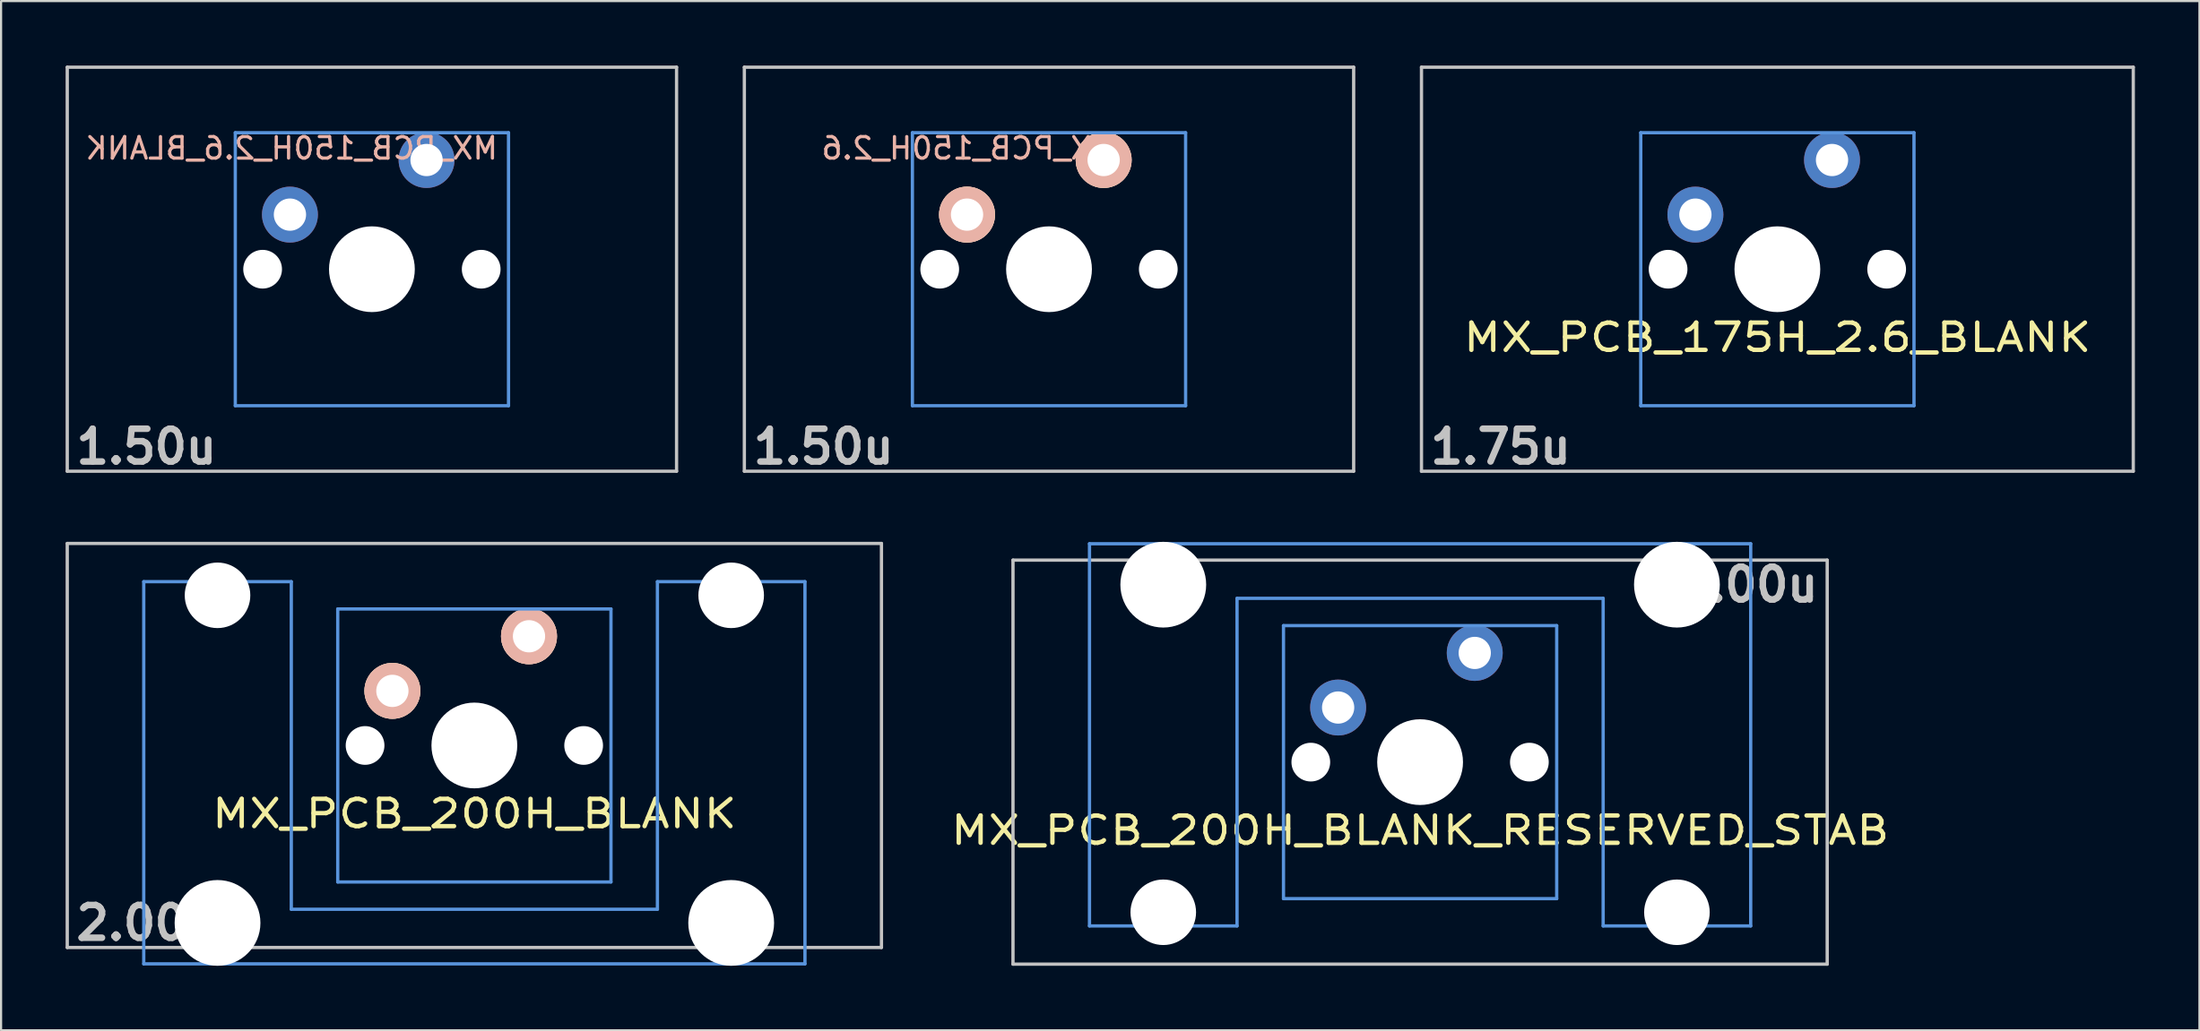
<source format=kicad_pcb>
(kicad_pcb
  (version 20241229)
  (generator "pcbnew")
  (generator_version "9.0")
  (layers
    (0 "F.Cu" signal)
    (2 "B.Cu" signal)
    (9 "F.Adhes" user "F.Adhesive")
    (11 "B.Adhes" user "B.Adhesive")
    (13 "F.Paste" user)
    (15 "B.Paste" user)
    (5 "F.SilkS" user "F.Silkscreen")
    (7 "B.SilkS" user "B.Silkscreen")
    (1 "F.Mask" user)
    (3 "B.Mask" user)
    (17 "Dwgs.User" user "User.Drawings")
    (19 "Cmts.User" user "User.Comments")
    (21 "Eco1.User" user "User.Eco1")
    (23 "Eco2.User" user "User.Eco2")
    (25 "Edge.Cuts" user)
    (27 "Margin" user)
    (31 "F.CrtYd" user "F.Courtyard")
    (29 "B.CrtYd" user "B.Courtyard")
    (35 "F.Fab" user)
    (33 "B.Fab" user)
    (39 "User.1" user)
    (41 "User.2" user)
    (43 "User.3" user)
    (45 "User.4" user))
  (footprint "MX_PCB_150H_2.6"
    (layer "F.Cu")
    (at 45.71 9.474)
    (property "Reference" "MX_PCB_150H_2.6" (at -3.731 -5.625 180) (layer "B.SilkS") (effects (font (size 1 1) (thickness 0.15)) (justify mirror)))
    (attr through_hole)
    (fp_line (start -14.161 -9.398) (end 14.161 -9.398) (stroke (width 0.152) (type solid)) (layer "Dwgs.User"))
    (fp_line (start -14.161 9.398) (end -14.161 -9.398) (stroke (width 0.152) (type solid)) (layer "Dwgs.User"))
    (fp_line (start 14.161 -9.398) (end 14.161 9.398) (stroke (width 0.152) (type solid)) (layer "Dwgs.User"))
    (fp_line (start 14.161 9.398) (end -14.161 9.398) (stroke (width 0.152) (type solid)) (layer "Dwgs.User"))
    (fp_line (start -6.35 -6.35) (end 6.35 -6.35) (stroke (width 0.152) (type solid)) (layer "Cmts.User"))
    (fp_line (start -6.35 6.35) (end -6.35 -6.35) (stroke (width 0.152) (type solid)) (layer "Cmts.User"))
    (fp_line (start 6.35 -6.35) (end 6.35 6.35) (stroke (width 0.152) (type solid)) (layer "Cmts.User"))
    (fp_line (start 6.35 6.35) (end -6.35 6.35) (stroke (width 0.152) (type solid)) (layer "Cmts.User"))
    (fp_line (start -6.985 -6.985) (end 6.985 -6.985) (stroke (width 0.152) (type solid)) (layer "Eco2.User"))
    (fp_line (start -6.985 6.985) (end -6.985 -6.985) (stroke (width 0.152) (type solid)) (layer "Eco2.User"))
    (fp_line (start 6.985 -6.985) (end 6.985 6.985) (stroke (width 0.152) (type solid)) (layer "Eco2.User"))
    (fp_line (start 6.985 6.985) (end -6.985 6.985) (stroke (width 0.152) (type solid)) (layer "Eco2.User"))
    (fp_text user "1.50u" (at -10.477 8.255 180) (layer "Dwgs.User") (effects (font (size 1.524 1.524) (thickness 0.305))))
    (pad "" np_thru_hole circle (at -5.08 0) (size 1.8 1.8) (drill 1.8) (layers "*.Cu"))
    (pad "" np_thru_hole circle (at 0 0) (size 3.988 3.988) (drill 3.988) (layers "*.Cu"))
    (pad "" np_thru_hole circle (at 5.08 0) (size 1.8 1.8) (drill 1.8) (layers "*.Cu"))
    (pad "1" thru_hole circle (at 2.54 -5.08) (size 2.6 2.6) (drill 1.5) (layers "*.Cu" "*.SilkS" "*.Mask"))
    (pad "2" thru_hole circle (at -3.81 -2.54) (size 2.6 2.6) (drill 1.5) (layers "*.Cu" "*.SilkS" "*.Mask")))
  (footprint "MX_PCB_200H_BLANK_RESERVED_STAB"
    (layer "F.Cu")
    (at 62.959 32.405)
    (property "Reference" "MX_PCB_200H_BLANK_RESERVED_STAB" (at 0 3.175 180) (layer "F.SilkS") (effects (font (size 1.27 1.524) (thickness 0.203))))
    (attr through_hole)
    (fp_line (start -18.923 -9.398) (end 18.923 -9.398) (stroke (width 0.152) (type solid)) (layer "Dwgs.User"))
    (fp_line (start -18.923 9.398) (end -18.923 -9.398) (stroke (width 0.152) (type solid)) (layer "Dwgs.User"))
    (fp_line (start 18.923 -9.398) (end 18.923 9.398) (stroke (width 0.152) (type solid)) (layer "Dwgs.User"))
    (fp_line (start 18.923 9.398) (end -18.923 9.398) (stroke (width 0.152) (type solid)) (layer "Dwgs.User"))
    (fp_line (start -15.367 -10.16) (end -15.367 7.62) (stroke (width 0.152) (type solid)) (layer "Cmts.User"))
    (fp_line (start -15.367 7.62) (end -8.509 7.62) (stroke (width 0.152) (type solid)) (layer "Cmts.User"))
    (fp_line (start -8.509 -7.62) (end 8.509 -7.62) (stroke (width 0.152) (type solid)) (layer "Cmts.User"))
    (fp_line (start -8.509 7.62) (end -8.509 -7.62) (stroke (width 0.152) (type solid)) (layer "Cmts.User"))
    (fp_line (start -6.35 -6.35) (end 6.35 -6.35) (stroke (width 0.152) (type solid)) (layer "Cmts.User"))
    (fp_line (start -6.35 6.35) (end -6.35 -6.35) (stroke (width 0.152) (type solid)) (layer "Cmts.User"))
    (fp_line (start 6.35 -6.35) (end 6.35 6.35) (stroke (width 0.152) (type solid)) (layer "Cmts.User"))
    (fp_line (start 6.35 6.35) (end -6.35 6.35) (stroke (width 0.152) (type solid)) (layer "Cmts.User"))
    (fp_line (start 8.509 -7.62) (end 8.509 7.62) (stroke (width 0.152) (type solid)) (layer "Cmts.User"))
    (fp_line (start 8.509 7.62) (end 15.367 7.62) (stroke (width 0.152) (type solid)) (layer "Cmts.User"))
    (fp_line (start 15.367 -10.16) (end -15.367 -10.16) (stroke (width 0.152) (type solid)) (layer "Cmts.User"))
    (fp_line (start 15.367 7.62) (end 15.367 -10.16) (stroke (width 0.152) (type solid)) (layer "Cmts.User"))
    (fp_line (start -16.129 -0.508) (end -15.265 -0.508) (stroke (width 0.152) (type solid)) (layer "Eco2.User"))
    (fp_line (start -16.129 2.286) (end -16.129 -0.508) (stroke (width 0.152) (type solid)) (layer "Eco2.User"))
    (fp_line (start -15.265 2.286) (end -16.129 2.286) (stroke (width 0.152) (type solid)) (layer "Eco2.User"))
    (fp_line (start -15.265 -6.604) (end -14.224 -6.604) (stroke (width 0.152) (type solid)) (layer "Eco2.User"))
    (fp_line (start -15.265 -0.508) (end -15.265 -6.604) (stroke (width 0.152) (type solid)) (layer "Eco2.User"))
    (fp_line (start -15.265 5.69) (end -15.265 2.286) (stroke (width 0.152) (type solid)) (layer "Eco2.User"))
    (fp_line (start -14.224 -7.772) (end -9.652 -7.772) (stroke (width 0.152) (type solid)) (layer "Eco2.User"))
    (fp_line (start -14.224 -6.604) (end -14.224 -7.772) (stroke (width 0.152) (type solid)) (layer "Eco2.User"))
    (fp_line (start -9.652 -7.772) (end -9.652 -6.604) (stroke (width 0.152) (type solid)) (layer "Eco2.User"))
    (fp_line (start -9.652 -6.604) (end -8.611 -6.604) (stroke (width 0.152) (type solid)) (layer "Eco2.User"))
    (fp_line (start -8.611 -6.604) (end -8.611 -5.817) (stroke (width 0.152) (type solid)) (layer "Eco2.User"))
    (fp_line (start -8.611 -5.817) (end -6.985 -5.817) (stroke (width 0.152) (type solid)) (layer "Eco2.User"))
    (fp_line (start -8.611 4.877) (end -8.611 5.69) (stroke (width 0.152) (type solid)) (layer "Eco2.User"))
    (fp_line (start -8.611 5.69) (end -15.265 5.69) (stroke (width 0.152) (type solid)) (layer "Eco2.User"))
    (fp_line (start -6.985 -6.985) (end 6.985 -6.985) (stroke (width 0.152) (type solid)) (layer "Eco2.User"))
    (fp_line (start -6.985 -5.817) (end -6.985 -6.985) (stroke (width 0.152) (type solid)) (layer "Eco2.User"))
    (fp_line (start -6.985 4.877) (end -8.611 4.877) (stroke (width 0.152) (type solid)) (layer "Eco2.User"))
    (fp_line (start -6.985 6.985) (end -6.985 4.877) (stroke (width 0.152) (type solid)) (layer "Eco2.User"))
    (fp_line (start 6.985 -6.985) (end 6.985 -5.817) (stroke (width 0.152) (type solid)) (layer "Eco2.User"))
    (fp_line (start 6.985 -5.817) (end 8.611 -5.817) (stroke (width 0.152) (type solid)) (layer "Eco2.User"))
    (fp_line (start 6.985 4.877) (end 6.985 6.985) (stroke (width 0.152) (type solid)) (layer "Eco2.User"))
    (fp_line (start 6.985 6.985) (end -6.985 6.985) (stroke (width 0.152) (type solid)) (layer "Eco2.User"))
    (fp_line (start 8.611 -5.817) (end 8.611 -6.604) (stroke (width 0.152) (type solid)) (layer "Eco2.User"))
    (fp_line (start 8.611 4.877) (end 6.985 4.877) (stroke (width 0.152) (type solid)) (layer "Eco2.User"))
    (fp_line (start 8.611 5.69) (end 8.611 4.877) (stroke (width 0.152) (type solid)) (layer "Eco2.User"))
    (fp_line (start 8.611 -6.604) (end 9.652 -6.604) (stroke (width 0.152) (type solid)) (layer "Eco2.User"))
    (fp_line (start 9.652 -7.772) (end 14.224 -7.772) (stroke (width 0.152) (type solid)) (layer "Eco2.User"))
    (fp_line (start 9.652 -6.604) (end 9.652 -7.772) (stroke (width 0.152) (type solid)) (layer "Eco2.User"))
    (fp_line (start 14.224 -7.772) (end 14.224 -6.604) (stroke (width 0.152) (type solid)) (layer "Eco2.User"))
    (fp_line (start 14.224 -6.604) (end 15.265 -6.604) (stroke (width 0.152) (type solid)) (layer "Eco2.User"))
    (fp_line (start 15.265 -6.604) (end 15.265 -0.508) (stroke (width 0.152) (type solid)) (layer "Eco2.User"))
    (fp_line (start 15.265 -0.508) (end 16.129 -0.508) (stroke (width 0.152) (type solid)) (layer "Eco2.User"))
    (fp_line (start 15.265 2.286) (end 15.265 5.69) (stroke (width 0.152) (type solid)) (layer "Eco2.User"))
    (fp_line (start 15.265 5.69) (end 8.611 5.69) (stroke (width 0.152) (type solid)) (layer "Eco2.User"))
    (fp_line (start 16.129 -0.508) (end 16.129 2.286) (stroke (width 0.152) (type solid)) (layer "Eco2.User"))
    (fp_line (start 16.129 2.286) (end 15.265 2.286) (stroke (width 0.152) (type solid)) (layer "Eco2.User"))
    (fp_text user "2.00u" (at 15.24 -8.255 0) (layer "Dwgs.User") (effects (font (size 1.524 1.524) (thickness 0.305))))
    (pad "" np_thru_hole circle (at -11.938 -8.255 180) (size 3.988 3.988) (drill 3.988) (layers "*.Cu"))
    (pad "" np_thru_hole circle (at -11.938 6.985 180) (size 3.048 3.048) (drill 3.048) (layers "*.Cu"))
    (pad "" np_thru_hole circle (at -5.08 0) (size 1.8 1.8) (drill 1.8) (layers "*.Cu"))
    (pad "" np_thru_hole circle (at 0 0 180) (size 3.988 3.988) (drill 3.988) (layers "*.Cu"))
    (pad "" np_thru_hole circle (at 5.08 0) (size 1.8 1.8) (drill 1.8) (layers "*.Cu"))
    (pad "" np_thru_hole circle (at 11.938 -8.255 180) (size 3.988 3.988) (drill 3.988) (layers "*.Cu"))
    (pad "" np_thru_hole circle (at 11.938 6.985 180) (size 3.048 3.048) (drill 3.048) (layers "*.Cu"))
    (pad "1" thru_hole circle (at 2.54 -5.08) (size 2.6 2.6) (drill 1.499) (layers "*.Cu" "B.Mask"))
    (pad "2" thru_hole circle (at -3.81 -2.54) (size 2.6 2.6) (drill 1.499) (layers "*.Cu" "B.Mask")))
  (footprint "MX_PCB_175H_2.6_BLANK"
    (layer "F.Cu")
    (at 79.566 9.474)
    (property "Reference" "MX_PCB_175H_2.6_BLANK" (at 0 3.175 0) (layer "F.SilkS") (effects (font (size 1.27 1.524) (thickness 0.203))))
    (attr through_hole)
    (fp_line (start -16.543 -9.398) (end 16.543 -9.398) (stroke (width 0.152) (type solid)) (layer "Dwgs.User"))
    (fp_line (start -16.543 9.398) (end -16.543 -9.398) (stroke (width 0.152) (type solid)) (layer "Dwgs.User"))
    (fp_line (start 16.543 -9.398) (end 16.543 9.398) (stroke (width 0.152) (type solid)) (layer "Dwgs.User"))
    (fp_line (start 16.543 9.398) (end -16.543 9.398) (stroke (width 0.152) (type solid)) (layer "Dwgs.User"))
    (fp_line (start -6.35 -6.35) (end 6.35 -6.35) (stroke (width 0.152) (type solid)) (layer "Cmts.User"))
    (fp_line (start -6.35 6.35) (end -6.35 -6.35) (stroke (width 0.152) (type solid)) (layer "Cmts.User"))
    (fp_line (start 6.35 -6.35) (end 6.35 6.35) (stroke (width 0.152) (type solid)) (layer "Cmts.User"))
    (fp_line (start 6.35 6.35) (end -6.35 6.35) (stroke (width 0.152) (type solid)) (layer "Cmts.User"))
    (fp_line (start -6.985 -6.985) (end 6.985 -6.985) (stroke (width 0.152) (type solid)) (layer "Eco2.User"))
    (fp_line (start -6.985 6.985) (end -6.985 -6.985) (stroke (width 0.152) (type solid)) (layer "Eco2.User"))
    (fp_line (start 6.985 -6.985) (end 6.985 6.985) (stroke (width 0.152) (type solid)) (layer "Eco2.User"))
    (fp_line (start 6.985 6.985) (end -6.985 6.985) (stroke (width 0.152) (type solid)) (layer "Eco2.User"))
    (fp_text user "1.75u" (at -12.86 8.255 0) (layer "Dwgs.User") (effects (font (size 1.524 1.524) (thickness 0.305))))
    (pad "" np_thru_hole circle (at -5.08 0) (size 1.8 1.8) (drill 1.8) (layers "*.Cu"))
    (pad "" np_thru_hole circle (at 0 0) (size 3.988 3.988) (drill 3.988) (layers "*.Cu"))
    (pad "" np_thru_hole circle (at 5.08 0) (size 1.8 1.8) (drill 1.8) (layers "*.Cu"))
    (pad "1" thru_hole circle (at 2.54 -5.08) (size 2.6 2.6) (drill 1.499) (layers "*.Cu" "B.Mask"))
    (pad "2" thru_hole circle (at -3.81 -2.54) (size 2.6 2.6) (drill 1.499) (layers "*.Cu" "B.Mask")))
  (footprint "MX_PCB_150H_2.6_BLANK"
    (layer "F.Cu")
    (at 14.237 9.474)
    (property "Reference" "MX_PCB_150H_2.6_BLANK" (at -3.731 -5.625 180) (layer "B.SilkS") (effects (font (size 1 1) (thickness 0.15)) (justify mirror)))
    (attr through_hole)
    (fp_line (start -14.161 -9.398) (end 14.161 -9.398) (stroke (width 0.152) (type solid)) (layer "Dwgs.User"))
    (fp_line (start -14.161 9.398) (end -14.161 -9.398) (stroke (width 0.152) (type solid)) (layer "Dwgs.User"))
    (fp_line (start 14.161 -9.398) (end 14.161 9.398) (stroke (width 0.152) (type solid)) (layer "Dwgs.User"))
    (fp_line (start 14.161 9.398) (end -14.161 9.398) (stroke (width 0.152) (type solid)) (layer "Dwgs.User"))
    (fp_line (start -6.35 -6.35) (end 6.35 -6.35) (stroke (width 0.152) (type solid)) (layer "Cmts.User"))
    (fp_line (start -6.35 6.35) (end -6.35 -6.35) (stroke (width 0.152) (type solid)) (layer "Cmts.User"))
    (fp_line (start 6.35 -6.35) (end 6.35 6.35) (stroke (width 0.152) (type solid)) (layer "Cmts.User"))
    (fp_line (start 6.35 6.35) (end -6.35 6.35) (stroke (width 0.152) (type solid)) (layer "Cmts.User"))
    (fp_line (start -6.985 -6.985) (end 6.985 -6.985) (stroke (width 0.152) (type solid)) (layer "Eco2.User"))
    (fp_line (start -6.985 6.985) (end -6.985 -6.985) (stroke (width 0.152) (type solid)) (layer "Eco2.User"))
    (fp_line (start 6.985 -6.985) (end 6.985 6.985) (stroke (width 0.152) (type solid)) (layer "Eco2.User"))
    (fp_line (start 6.985 6.985) (end -6.985 6.985) (stroke (width 0.152) (type solid)) (layer "Eco2.User"))
    (fp_text user "1.50u" (at -10.477 8.255 180) (layer "Dwgs.User") (effects (font (size 1.524 1.524) (thickness 0.305))))
    (pad "" np_thru_hole circle (at -5.08 0) (size 1.8 1.8) (drill 1.8) (layers "*.Cu"))
    (pad "" np_thru_hole circle (at 0 0) (size 3.988 3.988) (drill 3.988) (layers "*.Cu"))
    (pad "" np_thru_hole circle (at 5.08 0) (size 1.8 1.8) (drill 1.8) (layers "*.Cu"))
    (pad "1" thru_hole circle (at 2.54 -5.08) (size 2.6 2.6) (drill 1.5) (layers "*.Cu" "B.Mask"))
    (pad "2" thru_hole circle (at -3.81 -2.54) (size 2.6 2.6) (drill 1.5) (layers "*.Cu" "B.Mask")))
  (footprint "MX_PCB_200H_BLANK"
    (layer "F.Cu")
    (at 18.999 31.63)
    (property "Reference" "MX_PCB_200H_BLANK" (at 0 3.175 0) (layer "F.SilkS") (effects (font (size 1.27 1.524) (thickness 0.203))))
    (attr through_hole)
    (fp_line (start -18.923 -9.398) (end 18.923 -9.398) (stroke (width 0.152) (type solid)) (layer "Dwgs.User"))
    (fp_line (start -18.923 9.398) (end -18.923 -9.398) (stroke (width 0.152) (type solid)) (layer "Dwgs.User"))
    (fp_line (start 18.923 -9.398) (end 18.923 9.398) (stroke (width 0.152) (type solid)) (layer "Dwgs.User"))
    (fp_line (start 18.923 9.398) (end -18.923 9.398) (stroke (width 0.152) (type solid)) (layer "Dwgs.User"))
    (fp_line (start -15.367 -7.62) (end -15.367 10.16) (stroke (width 0.152) (type solid)) (layer "Cmts.User"))
    (fp_line (start -15.367 10.16) (end 15.367 10.16) (stroke (width 0.152) (type solid)) (layer "Cmts.User"))
    (fp_line (start -8.509 -7.62) (end -15.367 -7.62) (stroke (width 0.152) (type solid)) (layer "Cmts.User"))
    (fp_line (start -8.509 7.62) (end -8.509 -7.62) (stroke (width 0.152) (type solid)) (layer "Cmts.User"))
    (fp_line (start -6.35 -6.35) (end 6.35 -6.35) (stroke (width 0.152) (type solid)) (layer "Cmts.User"))
    (fp_line (start -6.35 6.35) (end -6.35 -6.35) (stroke (width 0.152) (type solid)) (layer "Cmts.User"))
    (fp_line (start 6.35 -6.35) (end 6.35 6.35) (stroke (width 0.152) (type solid)) (layer "Cmts.User"))
    (fp_line (start 6.35 6.35) (end -6.35 6.35) (stroke (width 0.152) (type solid)) (layer "Cmts.User"))
    (fp_line (start 8.509 -7.62) (end 8.509 7.62) (stroke (width 0.152) (type solid)) (layer "Cmts.User"))
    (fp_line (start 8.509 7.62) (end -8.509 7.62) (stroke (width 0.152) (type solid)) (layer "Cmts.User"))
    (fp_line (start 15.367 -7.62) (end 8.509 -7.62) (stroke (width 0.152) (type solid)) (layer "Cmts.User"))
    (fp_line (start 15.367 10.16) (end 15.367 -7.62) (stroke (width 0.152) (type solid)) (layer "Cmts.User"))
    (fp_line (start -16.129 -2.286) (end -15.265 -2.286) (stroke (width 0.152) (type solid)) (layer "Eco2.User"))
    (fp_line (start -16.129 0.508) (end -16.129 -2.286) (stroke (width 0.152) (type solid)) (layer "Eco2.User"))
    (fp_line (start -15.265 -5.69) (end -8.611 -5.69) (stroke (width 0.152) (type solid)) (layer "Eco2.User"))
    (fp_line (start -15.265 -2.286) (end -15.265 -5.69) (stroke (width 0.152) (type solid)) (layer "Eco2.User"))
    (fp_line (start -15.265 0.508) (end -16.129 0.508) (stroke (width 0.152) (type solid)) (layer "Eco2.User"))
    (fp_line (start -15.265 6.604) (end -15.265 0.508) (stroke (width 0.152) (type solid)) (layer "Eco2.User"))
    (fp_line (start -14.224 6.604) (end -15.265 6.604) (stroke (width 0.152) (type solid)) (layer "Eco2.User"))
    (fp_line (start -14.224 7.772) (end -14.224 6.604) (stroke (width 0.152) (type solid)) (layer "Eco2.User"))
    (fp_line (start -9.652 6.604) (end -9.652 7.772) (stroke (width 0.152) (type solid)) (layer "Eco2.User"))
    (fp_line (start -9.652 7.772) (end -14.224 7.772) (stroke (width 0.152) (type solid)) (layer "Eco2.User"))
    (fp_line (start -8.611 -5.69) (end -8.611 -4.877) (stroke (width 0.152) (type solid)) (layer "Eco2.User"))
    (fp_line (start -8.611 -4.877) (end -6.985 -4.877) (stroke (width 0.152) (type solid)) (layer "Eco2.User"))
    (fp_line (start -8.611 5.817) (end -8.611 6.604) (stroke (width 0.152) (type solid)) (layer "Eco2.User"))
    (fp_line (start -8.611 6.604) (end -9.652 6.604) (stroke (width 0.152) (type solid)) (layer "Eco2.User"))
    (fp_line (start -6.985 -6.985) (end 6.985 -6.985) (stroke (width 0.152) (type solid)) (layer "Eco2.User"))
    (fp_line (start -6.985 -4.877) (end -6.985 -6.985) (stroke (width 0.152) (type solid)) (layer "Eco2.User"))
    (fp_line (start -6.985 5.817) (end -8.611 5.817) (stroke (width 0.152) (type solid)) (layer "Eco2.User"))
    (fp_line (start -6.985 6.985) (end -6.985 5.817) (stroke (width 0.152) (type solid)) (layer "Eco2.User"))
    (fp_line (start 6.985 -6.985) (end 6.985 -4.877) (stroke (width 0.152) (type solid)) (layer "Eco2.User"))
    (fp_line (start 6.985 -4.877) (end 8.611 -4.877) (stroke (width 0.152) (type solid)) (layer "Eco2.User"))
    (fp_line (start 6.985 5.817) (end 6.985 6.985) (stroke (width 0.152) (type solid)) (layer "Eco2.User"))
    (fp_line (start 6.985 6.985) (end -6.985 6.985) (stroke (width 0.152) (type solid)) (layer "Eco2.User"))
    (fp_line (start 8.611 -5.69) (end 15.265 -5.69) (stroke (width 0.152) (type solid)) (layer "Eco2.User"))
    (fp_line (start 8.611 -4.877) (end 8.611 -5.69) (stroke (width 0.152) (type solid)) (layer "Eco2.User"))
    (fp_line (start 8.611 5.817) (end 6.985 5.817) (stroke (width 0.152) (type solid)) (layer "Eco2.User"))
    (fp_line (start 8.611 6.604) (end 8.611 5.817) (stroke (width 0.152) (type solid)) (layer "Eco2.User"))
    (fp_line (start 9.652 6.604) (end 8.611 6.604) (stroke (width 0.152) (type solid)) (layer "Eco2.User"))
    (fp_line (start 9.652 7.772) (end 9.652 6.604) (stroke (width 0.152) (type solid)) (layer "Eco2.User"))
    (fp_line (start 14.224 6.604) (end 14.224 7.772) (stroke (width 0.152) (type solid)) (layer "Eco2.User"))
    (fp_line (start 14.224 7.772) (end 9.652 7.772) (stroke (width 0.152) (type solid)) (layer "Eco2.User"))
    (fp_line (start 15.265 -5.69) (end 15.265 -2.286) (stroke (width 0.152) (type solid)) (layer "Eco2.User"))
    (fp_line (start 15.265 -2.286) (end 16.129 -2.286) (stroke (width 0.152) (type solid)) (layer "Eco2.User"))
    (fp_line (start 15.265 0.508) (end 15.265 6.604) (stroke (width 0.152) (type solid)) (layer "Eco2.User"))
    (fp_line (start 15.265 6.604) (end 14.224 6.604) (stroke (width 0.152) (type solid)) (layer "Eco2.User"))
    (fp_line (start 16.129 -2.286) (end 16.129 0.508) (stroke (width 0.152) (type solid)) (layer "Eco2.User"))
    (fp_line (start 16.129 0.508) (end 15.265 0.508) (stroke (width 0.152) (type solid)) (layer "Eco2.User"))
    (fp_text user "2.00u" (at -15.24 8.255 0) (layer "Dwgs.User") (effects (font (size 1.524 1.524) (thickness 0.305))))
    (pad "" np_thru_hole circle (at -11.938 -6.985) (size 3.048 3.048) (drill 3.048) (layers "*.Cu"))
    (pad "" np_thru_hole circle (at -11.938 8.255) (size 3.988 3.988) (drill 3.988) (layers "*.Cu"))
    (pad "" np_thru_hole circle (at -5.08 0) (size 1.8 1.8) (drill 1.8) (layers "*.Cu"))
    (pad "" np_thru_hole circle (at 0 0) (size 3.988 3.988) (drill 3.988) (layers "*.Cu"))
    (pad "" np_thru_hole circle (at 5.08 0) (size 1.8 1.8) (drill 1.8) (layers "*.Cu"))
    (pad "" np_thru_hole circle (at 11.938 -6.985) (size 3.048 3.048) (drill 3.048) (layers "*.Cu"))
    (pad "" np_thru_hole circle (at 11.938 8.255) (size 3.988 3.988) (drill 3.988) (layers "*.Cu"))
    (pad "1" thru_hole circle (at 2.54 -5.08) (size 2.6 2.6) (drill 1.499) (layers "*.Cu" "*.SilkS" "*.Mask"))
    (pad "2" thru_hole circle (at -3.81 -2.54) (size 2.6 2.6) (drill 1.499) (layers "*.Cu" "*.SilkS" "*.Mask")))
  (gr_rect
    (start -3 -3)
    (end 99.185 44.879)
    (stroke (width 0.1) (type default))
    (fill no)
    (layer "Edge.Cuts")))
</source>
